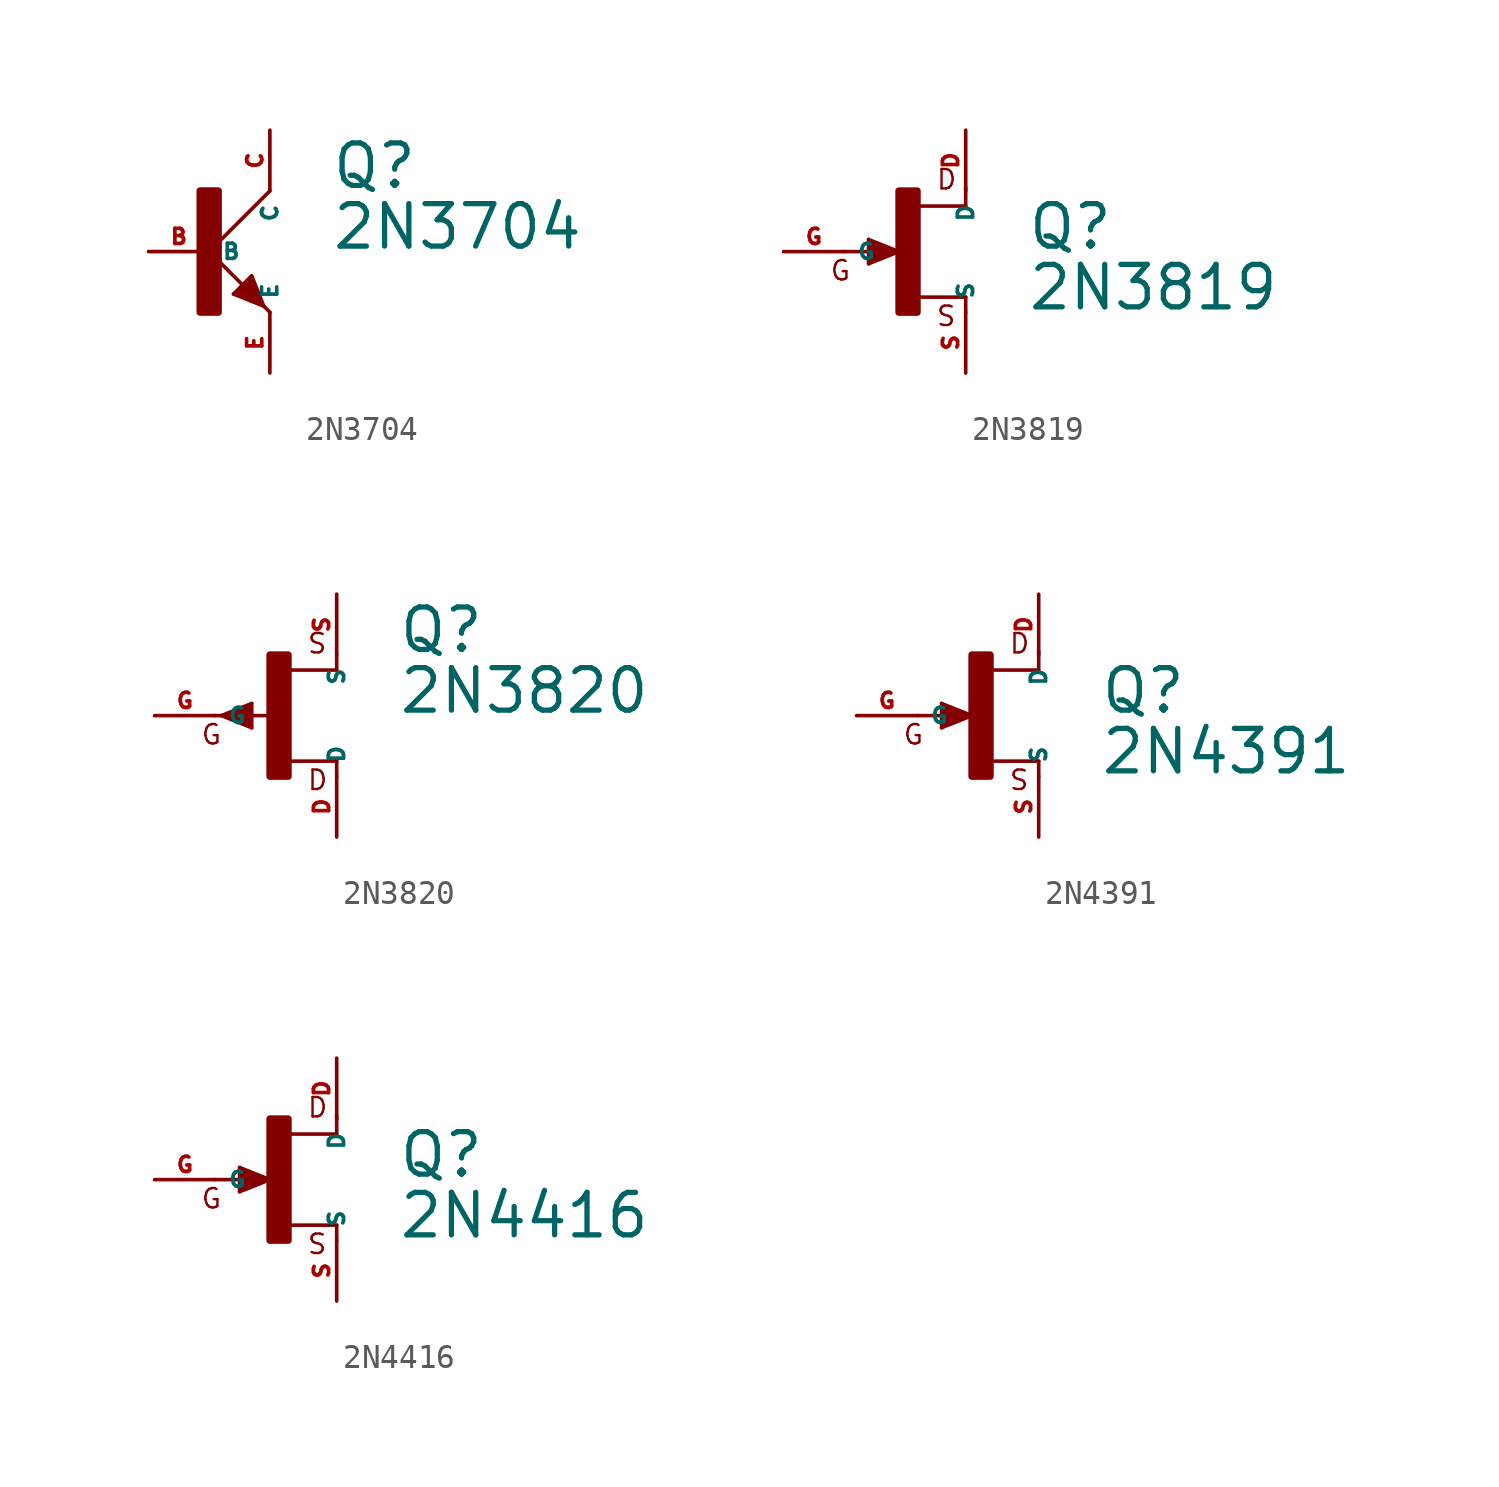
<source format=kicad_sym>
(kicad_symbol_lib
  (version 20220914)
  (generator Eagle2Kicad)
  (symbol "2N3704"
    (property "Reference" "Q"
      (at 5.08 2.54 0)
      (effects (font (size 1.778 1.778) (thickness 0.22)) (justify left bottom)))
    (property "Value" "2N3704"
      (at 5.08 0 0)
      (effects (font (size 1.778 1.778) (thickness 0.22)) (justify left bottom)))
    (polyline
      (pts (xy 2.54 2.54) (xy 0 0))
      (stroke (width 0.152) (type default))
      (fill (type none)))
    (polyline
      (pts (xy 0 0) (xy 2.032 -2.032))
      (stroke (width 0.152) (type default))
      (fill (type none)))
    (polyline
      (pts (xy 2.032 -2.032) (xy 2.286 -2.286))
      (stroke (width 0.152) (type default))
      (fill (type none)))
    (polyline
      (pts (xy 1.778 -1.016) (xy 2.286 -2.286))
      (stroke (width 0.152) (type default))
      (fill (type none)))
    (polyline
      (pts (xy 2.286 -2.286) (xy 2.54 -2.54))
      (stroke (width 0.152) (type default))
      (fill (type none)))
    (polyline
      (pts (xy 2.286 -2.286) (xy 1.016 -1.778))
      (stroke (width 0.152) (type default))
      (fill (type none)))
    (polyline
      (pts (xy 1.016 -1.778) (xy 1.778 -1.016))
      (stroke (width 0.152) (type default))
      (fill (type none)))
    (polyline
      (pts (xy 2.032 -2.032) (xy 1.778 -1.27))
      (stroke (width 0.254) (type default))
      (fill (type none)))
    (polyline
      (pts (xy 1.778 -1.27) (xy 1.27 -1.778))
      (stroke (width 0.254) (type default))
      (fill (type none)))
    (polyline
      (pts (xy 1.27 -1.778) (xy 2.032 -2.032))
      (stroke (width 0.254) (type default))
      (fill (type none)))
    (polyline
      (pts (xy 1.524 -1.778) (xy 1.778 -1.524))
      (stroke (width 0.254) (type default))
      (fill (type none)))
    (rectangle
      (start -0.381 -2.54)
      (end 0.381 2.54)
      (stroke (width 0.3) (type default))
      (fill (type outline)))
    (pin passive line
      (at -2.54 0 0)
      (length 2.54)
      (name "B" (effects (font (size 0.635 0.635) (thickness 0.08)) (justify left bottom)))
      (number "B" (effects (font (size 0.635 0.635) (thickness 0.08)) (justify left bottom))))
    (pin passive line
      (at 2.54 -5.08 90)
      (length 2.54)
      (name "E" (effects (font (size 0.635 0.635) (thickness 0.08)) (justify left bottom)))
      (number "E" (effects (font (size 0.635 0.635) (thickness 0.08)) (justify left bottom))))
    (pin passive line
      (at 2.54 5.08 270)
      (length 2.54)
      (name "C" (effects (font (size 0.635 0.635) (thickness 0.08)) (justify left bottom)))
      (number "C" (effects (font (size 0.635 0.635) (thickness 0.08)) (justify left bottom)))))
  (symbol "2N3819"
    (property "Reference" "Q"
      (at 5.08 0 0)
      (effects (font (size 1.778 1.778) (thickness 0.22)) (justify left bottom)))
    (property "Value" "2N3819"
      (at 5.08 -2.54 0)
      (effects (font (size 1.778 1.778) (thickness 0.22)) (justify left bottom)))
    (polyline
      (pts (xy 2.54 -1.905) (xy 0.533 -1.905))
      (stroke (width 0.152) (type default))
      (fill (type none)))
    (polyline
      (pts (xy 2.54 -2.54) (xy 2.54 -1.905))
      (stroke (width 0.152) (type default))
      (fill (type none)))
    (polyline
      (pts (xy 2.54 2.667) (xy 2.54 1.905))
      (stroke (width 0.152) (type default))
      (fill (type none)))
    (polyline
      (pts (xy 2.54 1.905) (xy 0.508 1.905))
      (stroke (width 0.152) (type default))
      (fill (type none)))
    (polyline
      (pts (xy -0.254 0) (xy -1.524 0.508))
      (stroke (width 0.152) (type default))
      (fill (type none)))
    (polyline
      (pts (xy -1.524 0.508) (xy -1.524 -0.508))
      (stroke (width 0.152) (type default))
      (fill (type none)))
    (polyline
      (pts (xy -1.524 -0.508) (xy -0.254 0))
      (stroke (width 0.152) (type default))
      (fill (type none)))
    (polyline
      (pts (xy -2.54 0) (xy -0.762 0))
      (stroke (width 0.152) (type default))
      (fill (type none)))
    (polyline
      (pts (xy -0.762 0) (xy -0.635 0))
      (stroke (width 0.152) (type default))
      (fill (type none)))
    (polyline
      (pts (xy -0.635 0) (xy -0.254 0))
      (stroke (width 0.152) (type default))
      (fill (type none)))
    (polyline
      (pts (xy -0.635 0) (xy -1.397 0.254))
      (stroke (width 0.305) (type default))
      (fill (type none)))
    (polyline
      (pts (xy -1.397 0.254) (xy -1.397 -0.254))
      (stroke (width 0.305) (type default))
      (fill (type none)))
    (polyline
      (pts (xy -1.397 -0.254) (xy -0.762 0))
      (stroke (width 0.305) (type default))
      (fill (type none)))
    (text "D"
      (at 1.27 2.54 0)
      (effects (font (size 0.813 0.813) (thickness 0.10)) (justify left bottom)))
    (text "S"
      (at 1.27 -3.175 0)
      (effects (font (size 0.813 0.813) (thickness 0.10)) (justify left bottom)))
    (text "G"
      (at -3.175 -1.27 0)
      (effects (font (size 0.813 0.813) (thickness 0.10)) (justify left bottom)))
    (rectangle
      (start -0.254 -2.54)
      (end 0.508 2.54)
      (stroke (width 0.3) (type default))
      (fill (type outline)))
    (pin passive line
      (at -5.08 0 0)
      (length 2.54)
      (name "G" (effects (font (size 0.635 0.635) (thickness 0.08)) (justify left bottom)))
      (number "G" (effects (font (size 0.635 0.635) (thickness 0.08)) (justify left bottom))))
    (pin passive line
      (at 2.54 5.08 270)
      (length 2.54)
      (name "D" (effects (font (size 0.635 0.635) (thickness 0.08)) (justify left bottom)))
      (number "D" (effects (font (size 0.635 0.635) (thickness 0.08)) (justify left bottom))))
    (pin passive line
      (at 2.54 -5.08 90)
      (length 2.54)
      (name "S" (effects (font (size 0.635 0.635) (thickness 0.08)) (justify left bottom)))
      (number "S" (effects (font (size 0.635 0.635) (thickness 0.08)) (justify left bottom)))))
  (symbol "2N3820"
    (property "Reference" "Q"
      (at 5.08 2.54 0)
      (effects (font (size 1.778 1.778) (thickness 0.22)) (justify left bottom)))
    (property "Value" "2N3820"
      (at 5.08 0 0)
      (effects (font (size 1.778 1.778) (thickness 0.22)) (justify left bottom)))
    (polyline
      (pts (xy 2.54 1.905) (xy 0.533 1.905))
      (stroke (width 0.152) (type default))
      (fill (type none)))
    (polyline
      (pts (xy 2.54 -1.905) (xy 0.533 -1.905))
      (stroke (width 0.152) (type default))
      (fill (type none)))
    (polyline
      (pts (xy 2.54 -2.54) (xy 2.54 -1.905))
      (stroke (width 0.152) (type default))
      (fill (type none)))
    (polyline
      (pts (xy 2.54 2.54) (xy 2.54 1.905))
      (stroke (width 0.152) (type default))
      (fill (type none)))
    (polyline
      (pts (xy -2.286 0) (xy -1.016 0.508))
      (stroke (width 0.152) (type default))
      (fill (type none)))
    (polyline
      (pts (xy -1.016 0.508) (xy -1.016 -0.508))
      (stroke (width 0.152) (type default))
      (fill (type none)))
    (polyline
      (pts (xy -1.016 -0.508) (xy -2.286 0))
      (stroke (width 0.152) (type default))
      (fill (type none)))
    (polyline
      (pts (xy -0.254 0) (xy -1.778 0))
      (stroke (width 0.152) (type default))
      (fill (type none)))
    (polyline
      (pts (xy -1.778 0) (xy -1.905 0))
      (stroke (width 0.152) (type default))
      (fill (type none)))
    (polyline
      (pts (xy -1.905 0) (xy -2.54 0))
      (stroke (width 0.152) (type default))
      (fill (type none)))
    (polyline
      (pts (xy -1.905 0) (xy -1.143 -0.254))
      (stroke (width 0.305) (type default))
      (fill (type none)))
    (polyline
      (pts (xy -1.143 -0.254) (xy -1.143 0.254))
      (stroke (width 0.305) (type default))
      (fill (type none)))
    (polyline
      (pts (xy -1.143 0.254) (xy -1.778 0))
      (stroke (width 0.305) (type default))
      (fill (type none)))
    (text "D"
      (at 1.27 -3.175 0)
      (effects (font (size 0.813 0.813) (thickness 0.10)) (justify left bottom)))
    (text "S"
      (at 1.27 2.54 0)
      (effects (font (size 0.813 0.813) (thickness 0.10)) (justify left bottom)))
    (text "G"
      (at -3.175 -1.27 0)
      (effects (font (size 0.813 0.813) (thickness 0.10)) (justify left bottom)))
    (rectangle
      (start -0.254 -2.54)
      (end 0.508 2.54)
      (stroke (width 0.3) (type default))
      (fill (type outline)))
    (pin passive line
      (at -5.08 0 0)
      (length 2.54)
      (name "G" (effects (font (size 0.635 0.635) (thickness 0.08)) (justify left bottom)))
      (number "G" (effects (font (size 0.635 0.635) (thickness 0.08)) (justify left bottom))))
    (pin passive line
      (at 2.54 5.08 270)
      (length 2.54)
      (name "S" (effects (font (size 0.635 0.635) (thickness 0.08)) (justify left bottom)))
      (number "S" (effects (font (size 0.635 0.635) (thickness 0.08)) (justify left bottom))))
    (pin passive line
      (at 2.54 -5.08 90)
      (length 2.54)
      (name "D" (effects (font (size 0.635 0.635) (thickness 0.08)) (justify left bottom)))
      (number "D" (effects (font (size 0.635 0.635) (thickness 0.08)) (justify left bottom)))))
  (symbol "2N4391"
    (property "Reference" "Q"
      (at 5.08 0 0)
      (effects (font (size 1.778 1.778) (thickness 0.22)) (justify left bottom)))
    (property "Value" "2N4391"
      (at 5.08 -2.54 0)
      (effects (font (size 1.778 1.778) (thickness 0.22)) (justify left bottom)))
    (polyline
      (pts (xy 2.54 -1.905) (xy 0.533 -1.905))
      (stroke (width 0.152) (type default))
      (fill (type none)))
    (polyline
      (pts (xy 2.54 -2.54) (xy 2.54 -1.905))
      (stroke (width 0.152) (type default))
      (fill (type none)))
    (polyline
      (pts (xy 2.54 2.667) (xy 2.54 1.905))
      (stroke (width 0.152) (type default))
      (fill (type none)))
    (polyline
      (pts (xy 2.54 1.905) (xy 0.508 1.905))
      (stroke (width 0.152) (type default))
      (fill (type none)))
    (polyline
      (pts (xy -0.254 0) (xy -1.524 0.508))
      (stroke (width 0.152) (type default))
      (fill (type none)))
    (polyline
      (pts (xy -1.524 0.508) (xy -1.524 -0.508))
      (stroke (width 0.152) (type default))
      (fill (type none)))
    (polyline
      (pts (xy -1.524 -0.508) (xy -0.254 0))
      (stroke (width 0.152) (type default))
      (fill (type none)))
    (polyline
      (pts (xy -2.54 0) (xy -0.762 0))
      (stroke (width 0.152) (type default))
      (fill (type none)))
    (polyline
      (pts (xy -0.762 0) (xy -0.635 0))
      (stroke (width 0.152) (type default))
      (fill (type none)))
    (polyline
      (pts (xy -0.635 0) (xy -0.254 0))
      (stroke (width 0.152) (type default))
      (fill (type none)))
    (polyline
      (pts (xy -0.635 0) (xy -1.397 0.254))
      (stroke (width 0.305) (type default))
      (fill (type none)))
    (polyline
      (pts (xy -1.397 0.254) (xy -1.397 -0.254))
      (stroke (width 0.305) (type default))
      (fill (type none)))
    (polyline
      (pts (xy -1.397 -0.254) (xy -0.762 0))
      (stroke (width 0.305) (type default))
      (fill (type none)))
    (text "D"
      (at 1.27 2.54 0)
      (effects (font (size 0.813 0.813) (thickness 0.10)) (justify left bottom)))
    (text "S"
      (at 1.27 -3.175 0)
      (effects (font (size 0.813 0.813) (thickness 0.10)) (justify left bottom)))
    (text "G"
      (at -3.175 -1.27 0)
      (effects (font (size 0.813 0.813) (thickness 0.10)) (justify left bottom)))
    (rectangle
      (start -0.254 -2.54)
      (end 0.508 2.54)
      (stroke (width 0.3) (type default))
      (fill (type outline)))
    (pin passive line
      (at -5.08 0 0)
      (length 2.54)
      (name "G" (effects (font (size 0.635 0.635) (thickness 0.08)) (justify left bottom)))
      (number "G" (effects (font (size 0.635 0.635) (thickness 0.08)) (justify left bottom))))
    (pin passive line
      (at 2.54 5.08 270)
      (length 2.54)
      (name "D" (effects (font (size 0.635 0.635) (thickness 0.08)) (justify left bottom)))
      (number "D" (effects (font (size 0.635 0.635) (thickness 0.08)) (justify left bottom))))
    (pin passive line
      (at 2.54 -5.08 90)
      (length 2.54)
      (name "S" (effects (font (size 0.635 0.635) (thickness 0.08)) (justify left bottom)))
      (number "S" (effects (font (size 0.635 0.635) (thickness 0.08)) (justify left bottom)))))
  (symbol "2N4416"
    (property "Reference" "Q"
      (at 5.08 0 0)
      (effects (font (size 1.778 1.778) (thickness 0.22)) (justify left bottom)))
    (property "Value" "2N4416"
      (at 5.08 -2.54 0)
      (effects (font (size 1.778 1.778) (thickness 0.22)) (justify left bottom)))
    (polyline
      (pts (xy 2.54 -1.905) (xy 0.533 -1.905))
      (stroke (width 0.152) (type default))
      (fill (type none)))
    (polyline
      (pts (xy 2.54 -2.54) (xy 2.54 -1.905))
      (stroke (width 0.152) (type default))
      (fill (type none)))
    (polyline
      (pts (xy 2.54 2.667) (xy 2.54 1.905))
      (stroke (width 0.152) (type default))
      (fill (type none)))
    (polyline
      (pts (xy 2.54 1.905) (xy 0.508 1.905))
      (stroke (width 0.152) (type default))
      (fill (type none)))
    (polyline
      (pts (xy -0.254 0) (xy -1.524 0.508))
      (stroke (width 0.152) (type default))
      (fill (type none)))
    (polyline
      (pts (xy -1.524 0.508) (xy -1.524 -0.508))
      (stroke (width 0.152) (type default))
      (fill (type none)))
    (polyline
      (pts (xy -1.524 -0.508) (xy -0.254 0))
      (stroke (width 0.152) (type default))
      (fill (type none)))
    (polyline
      (pts (xy -2.54 0) (xy -0.762 0))
      (stroke (width 0.152) (type default))
      (fill (type none)))
    (polyline
      (pts (xy -0.762 0) (xy -0.635 0))
      (stroke (width 0.152) (type default))
      (fill (type none)))
    (polyline
      (pts (xy -0.635 0) (xy -0.254 0))
      (stroke (width 0.152) (type default))
      (fill (type none)))
    (polyline
      (pts (xy -0.635 0) (xy -1.397 0.254))
      (stroke (width 0.305) (type default))
      (fill (type none)))
    (polyline
      (pts (xy -1.397 0.254) (xy -1.397 -0.254))
      (stroke (width 0.305) (type default))
      (fill (type none)))
    (polyline
      (pts (xy -1.397 -0.254) (xy -0.762 0))
      (stroke (width 0.305) (type default))
      (fill (type none)))
    (text "D"
      (at 1.27 2.54 0)
      (effects (font (size 0.813 0.813) (thickness 0.10)) (justify left bottom)))
    (text "S"
      (at 1.27 -3.175 0)
      (effects (font (size 0.813 0.813) (thickness 0.10)) (justify left bottom)))
    (text "G"
      (at -3.175 -1.27 0)
      (effects (font (size 0.813 0.813) (thickness 0.10)) (justify left bottom)))
    (rectangle
      (start -0.254 -2.54)
      (end 0.508 2.54)
      (stroke (width 0.3) (type default))
      (fill (type outline)))
    (pin passive line
      (at -5.08 0 0)
      (length 2.54)
      (name "G" (effects (font (size 0.635 0.635) (thickness 0.08)) (justify left bottom)))
      (number "G" (effects (font (size 0.635 0.635) (thickness 0.08)) (justify left bottom))))
    (pin passive line
      (at 2.54 5.08 270)
      (length 2.54)
      (name "D" (effects (font (size 0.635 0.635) (thickness 0.08)) (justify left bottom)))
      (number "D" (effects (font (size 0.635 0.635) (thickness 0.08)) (justify left bottom))))
    (pin passive line
      (at 2.54 -5.08 90)
      (length 2.54)
      (name "S" (effects (font (size 0.635 0.635) (thickness 0.08)) (justify left bottom)))
      (number "S" (effects (font (size 0.635 0.635) (thickness 0.08)) (justify left bottom))))))
</source>
